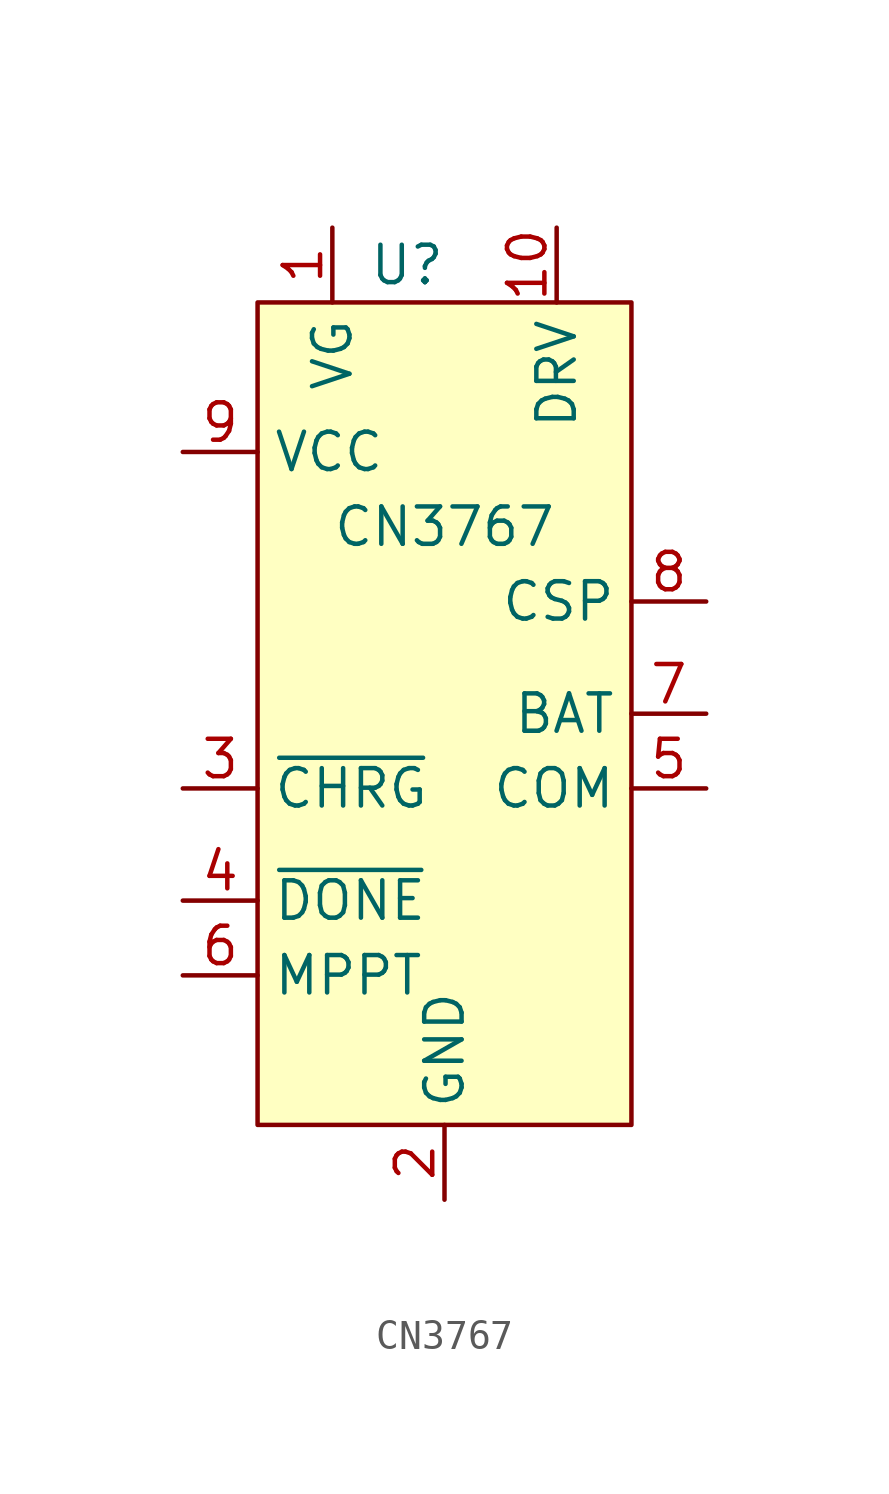
<source format=kicad_sym>
(kicad_symbol_lib
  (version 20211014)
  (generator kicad_symbol_editor)
  (symbol "CN3767"
    (property "Reference" "U"
      (at -1.27 1.27 0)
      (effects (font (size 1.27 1.27))))
    (property "Value" "CN3767"
      (at 0 -7.62 0)
      (effects (font (size 1.27 1.27))))
    (symbol "CN3767_0_0"
      (pin power_out line (at -3.81 2.54 270) (length 2.54) (name "VG" (effects (font (size 1.27 1.27)))) (number "1" (effects (font (size 1.27 1.27)))))
      (pin output line (at 3.81 2.54 270) (length 2.54) (name "DRV" (effects (font (size 1.27 1.27)))) (number "10" (effects (font (size 1.27 1.27)))))
      (pin power_in line (at 0 -30.48 90) (length 2.54) (name "GND" (effects (font (size 1.27 1.27)))) (number "2" (effects (font (size 1.27 1.27)))))
      (pin open_collector line (at -8.89 -16.51 0) (length 2.54) (name "~{CHRG}" (effects (font (size 1.27 1.27)))) (number "3" (effects (font (size 1.27 1.27)))))
      (pin open_collector line (at -8.89 -20.32 0) (length 2.54) (name "~{DONE}" (effects (font (size 1.27 1.27)))) (number "4" (effects (font (size 1.27 1.27)))))
      (pin passive line (at 8.89 -16.51 180) (length 2.54) (name "COM" (effects (font (size 1.27 1.27)))) (number "5" (effects (font (size 1.27 1.27)))))
      (pin power_in line (at -8.89 -22.86 0) (length 2.54) (name "MPPT" (effects (font (size 1.27 1.27)))) (number "6" (effects (font (size 1.27 1.27)))))
      (pin input line (at 8.89 -13.97 180) (length 2.54) (name "BAT" (effects (font (size 1.27 1.27)))) (number "7" (effects (font (size 1.27 1.27)))))
      (pin input line (at 8.89 -10.16 180) (length 2.54) (name "CSP" (effects (font (size 1.27 1.27)))) (number "8" (effects (font (size 1.27 1.27)))))
      (pin power_in line (at -8.89 -5.08 0) (length 2.54) (name "VCC" (effects (font (size 1.27 1.27)))) (number "9" (effects (font (size 1.27 1.27))))))
    (symbol "CN3767_0_1"
      (rectangle (start -6.35 0) (end 6.35 -27.94) (stroke (width 0) (type default) (color 0 0 0 0)) (fill (type background))))))
</source>
